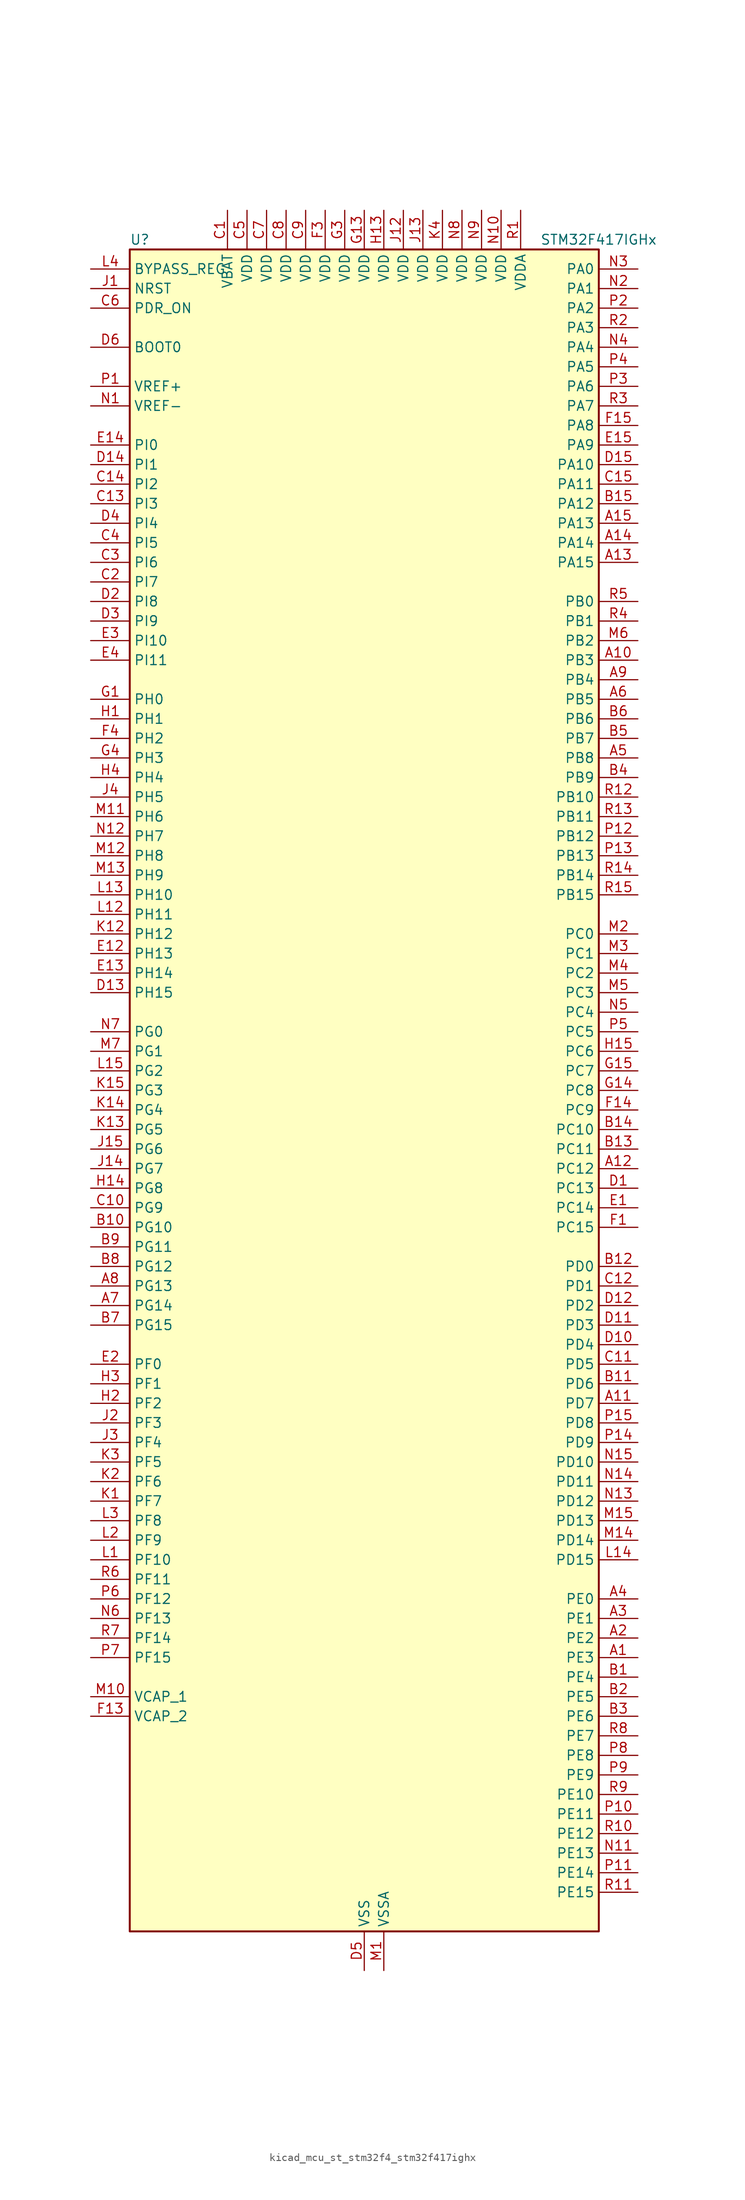
<source format=kicad_sym>
(kicad_symbol_lib
  (version 20220914)
  (generator kicad_symbol_editor)
  (symbol "kicad_mcu_st_stm32f4_stm32f417ighx"
    (property "Reference" "U"
      (at -30.48 110.49 0)
      (effects (font (size 1.27 1.27)) (justify left)))
    (property "Value" "STM32F417IGHx"
      (at 22.86 110.49 0)
      (effects (font (size 1.27 1.27)) (justify left)))
    (property "ki_locked" ""
      (at 0 0 0)
      (effects (font (size 1.27 1.27))))
    (symbol "kicad_mcu_st_stm32f4_stm32f417ighx_0_1"
      (rectangle (start -30.48 -109.22) (end 30.48 109.22) (stroke (width 0.254) (type default)) (fill (type background))))
    (symbol "kicad_mcu_st_stm32f4_stm32f417ighx_1_1"
      (pin bidirectional line (at 35.56 -73.66 180) (length 5.08) (name "PE3" (effects (font (size 1.27 1.27)))) (number "A1" (effects (font (size 1.27 1.27)))) (alternate "FSMC_A19" bidirectional line) (alternate "SYS_TRACED0" bidirectional line))
      (pin bidirectional line (at 35.56 55.88 180) (length 5.08) (name "PB3" (effects (font (size 1.27 1.27)))) (number "A10" (effects (font (size 1.27 1.27)))) (alternate "I2S3_CK" bidirectional line) (alternate "SPI1_SCK" bidirectional line) (alternate "SPI3_SCK" bidirectional line) (alternate "SYS_JTDO-SWO" bidirectional line) (alternate "TIM2_CH2" bidirectional line))
      (pin bidirectional line (at 35.56 -40.64 180) (length 5.08) (name "PD7" (effects (font (size 1.27 1.27)))) (number "A11" (effects (font (size 1.27 1.27)))) (alternate "FSMC_NCE2" bidirectional line) (alternate "FSMC_NE1" bidirectional line) (alternate "USART2_CK" bidirectional line))
      (pin bidirectional line (at 35.56 -10.16 180) (length 5.08) (name "PC12" (effects (font (size 1.27 1.27)))) (number "A12" (effects (font (size 1.27 1.27)))) (alternate "DCMI_D9" bidirectional line) (alternate "I2S3_SD" bidirectional line) (alternate "SDIO_CK" bidirectional line) (alternate "SPI3_MOSI" bidirectional line) (alternate "UART5_TX" bidirectional line) (alternate "USART3_CK" bidirectional line))
      (pin bidirectional line (at 35.56 68.58 180) (length 5.08) (name "PA15" (effects (font (size 1.27 1.27)))) (number "A13" (effects (font (size 1.27 1.27)))) (alternate "ADC1_EXTI15" bidirectional line) (alternate "ADC2_EXTI15" bidirectional line) (alternate "ADC3_EXTI15" bidirectional line) (alternate "I2S3_WS" bidirectional line) (alternate "SPI1_NSS" bidirectional line) (alternate "SPI3_NSS" bidirectional line) (alternate "SYS_JTDI" bidirectional line) (alternate "TIM2_CH1" bidirectional line) (alternate "TIM2_ETR" bidirectional line))
      (pin bidirectional line (at 35.56 71.12 180) (length 5.08) (name "PA14" (effects (font (size 1.27 1.27)))) (number "A14" (effects (font (size 1.27 1.27)))) (alternate "SYS_JTCK-SWCLK" bidirectional line))
      (pin bidirectional line (at 35.56 73.66 180) (length 5.08) (name "PA13" (effects (font (size 1.27 1.27)))) (number "A15" (effects (font (size 1.27 1.27)))) (alternate "SYS_JTMS-SWDIO" bidirectional line))
      (pin bidirectional line (at 35.56 -71.12 180) (length 5.08) (name "PE2" (effects (font (size 1.27 1.27)))) (number "A2" (effects (font (size 1.27 1.27)))) (alternate "ETH_TXD3" bidirectional line) (alternate "FSMC_A23" bidirectional line) (alternate "SYS_TRACECLK" bidirectional line))
      (pin bidirectional line (at 35.56 -68.58 180) (length 5.08) (name "PE1" (effects (font (size 1.27 1.27)))) (number "A3" (effects (font (size 1.27 1.27)))) (alternate "DCMI_D3" bidirectional line) (alternate "FSMC_NBL1" bidirectional line))
      (pin bidirectional line (at 35.56 -66.04 180) (length 5.08) (name "PE0" (effects (font (size 1.27 1.27)))) (number "A4" (effects (font (size 1.27 1.27)))) (alternate "DCMI_D2" bidirectional line) (alternate "FSMC_NBL0" bidirectional line) (alternate "TIM4_ETR" bidirectional line))
      (pin bidirectional line (at 35.56 43.18 180) (length 5.08) (name "PB8" (effects (font (size 1.27 1.27)))) (number "A5" (effects (font (size 1.27 1.27)))) (alternate "CAN1_RX" bidirectional line) (alternate "DCMI_D6" bidirectional line) (alternate "ETH_TXD3" bidirectional line) (alternate "I2C1_SCL" bidirectional line) (alternate "SDIO_D4" bidirectional line) (alternate "TIM10_CH1" bidirectional line) (alternate "TIM4_CH3" bidirectional line))
      (pin bidirectional line (at 35.56 50.8 180) (length 5.08) (name "PB5" (effects (font (size 1.27 1.27)))) (number "A6" (effects (font (size 1.27 1.27)))) (alternate "CAN2_RX" bidirectional line) (alternate "DCMI_D10" bidirectional line) (alternate "ETH_PPS_OUT" bidirectional line) (alternate "I2C1_SMBA" bidirectional line) (alternate "I2S3_SD" bidirectional line) (alternate "SPI1_MOSI" bidirectional line) (alternate "SPI3_MOSI" bidirectional line) (alternate "TIM3_CH2" bidirectional line) (alternate "USB_OTG_HS_ULPI_D7" bidirectional line))
      (pin bidirectional line (at -35.56 -27.94 0) (length 5.08) (name "PG14" (effects (font (size 1.27 1.27)))) (number "A7" (effects (font (size 1.27 1.27)))) (alternate "ETH_TXD1" bidirectional line) (alternate "FSMC_A25" bidirectional line) (alternate "USART6_TX" bidirectional line))
      (pin bidirectional line (at -35.56 -25.4 0) (length 5.08) (name "PG13" (effects (font (size 1.27 1.27)))) (number "A8" (effects (font (size 1.27 1.27)))) (alternate "ETH_TXD0" bidirectional line) (alternate "FSMC_A24" bidirectional line) (alternate "USART6_CTS" bidirectional line))
      (pin bidirectional line (at 35.56 53.34 180) (length 5.08) (name "PB4" (effects (font (size 1.27 1.27)))) (number "A9" (effects (font (size 1.27 1.27)))) (alternate "I2S3_ext_SD" bidirectional line) (alternate "SPI1_MISO" bidirectional line) (alternate "SPI3_MISO" bidirectional line) (alternate "SYS_JTRST" bidirectional line) (alternate "TIM3_CH1" bidirectional line))
      (pin bidirectional line (at 35.56 -76.2 180) (length 5.08) (name "PE4" (effects (font (size 1.27 1.27)))) (number "B1" (effects (font (size 1.27 1.27)))) (alternate "DCMI_D4" bidirectional line) (alternate "FSMC_A20" bidirectional line) (alternate "SYS_TRACED1" bidirectional line))
      (pin bidirectional line (at -35.56 -17.78 0) (length 5.08) (name "PG10" (effects (font (size 1.27 1.27)))) (number "B10" (effects (font (size 1.27 1.27)))) (alternate "FSMC_NCE4_1" bidirectional line) (alternate "FSMC_NE3" bidirectional line))
      (pin bidirectional line (at 35.56 -38.1 180) (length 5.08) (name "PD6" (effects (font (size 1.27 1.27)))) (number "B11" (effects (font (size 1.27 1.27)))) (alternate "FSMC_NWAIT" bidirectional line) (alternate "USART2_RX" bidirectional line))
      (pin bidirectional line (at 35.56 -22.86 180) (length 5.08) (name "PD0" (effects (font (size 1.27 1.27)))) (number "B12" (effects (font (size 1.27 1.27)))) (alternate "CAN1_RX" bidirectional line) (alternate "FSMC_D2" bidirectional line) (alternate "FSMC_DA2" bidirectional line))
      (pin bidirectional line (at 35.56 -7.62 180) (length 5.08) (name "PC11" (effects (font (size 1.27 1.27)))) (number "B13" (effects (font (size 1.27 1.27)))) (alternate "ADC1_EXTI11" bidirectional line) (alternate "ADC2_EXTI11" bidirectional line) (alternate "ADC3_EXTI11" bidirectional line) (alternate "DCMI_D4" bidirectional line) (alternate "I2S3_ext_SD" bidirectional line) (alternate "SDIO_D3" bidirectional line) (alternate "SPI3_MISO" bidirectional line) (alternate "UART4_RX" bidirectional line) (alternate "USART3_RX" bidirectional line))
      (pin bidirectional line (at 35.56 -5.08 180) (length 5.08) (name "PC10" (effects (font (size 1.27 1.27)))) (number "B14" (effects (font (size 1.27 1.27)))) (alternate "DCMI_D8" bidirectional line) (alternate "I2S3_CK" bidirectional line) (alternate "SDIO_D2" bidirectional line) (alternate "SPI3_SCK" bidirectional line) (alternate "UART4_TX" bidirectional line) (alternate "USART3_TX" bidirectional line))
      (pin bidirectional line (at 35.56 76.2 180) (length 5.08) (name "PA12" (effects (font (size 1.27 1.27)))) (number "B15" (effects (font (size 1.27 1.27)))) (alternate "CAN1_TX" bidirectional line) (alternate "TIM1_ETR" bidirectional line) (alternate "USART1_RTS" bidirectional line) (alternate "USB_OTG_FS_DP" bidirectional line))
      (pin bidirectional line (at 35.56 -78.74 180) (length 5.08) (name "PE5" (effects (font (size 1.27 1.27)))) (number "B2" (effects (font (size 1.27 1.27)))) (alternate "DCMI_D6" bidirectional line) (alternate "FSMC_A21" bidirectional line) (alternate "SYS_TRACED2" bidirectional line) (alternate "TIM9_CH1" bidirectional line))
      (pin bidirectional line (at 35.56 -81.28 180) (length 5.08) (name "PE6" (effects (font (size 1.27 1.27)))) (number "B3" (effects (font (size 1.27 1.27)))) (alternate "DCMI_D7" bidirectional line) (alternate "FSMC_A22" bidirectional line) (alternate "SYS_TRACED3" bidirectional line) (alternate "TIM9_CH2" bidirectional line))
      (pin bidirectional line (at 35.56 40.64 180) (length 5.08) (name "PB9" (effects (font (size 1.27 1.27)))) (number "B4" (effects (font (size 1.27 1.27)))) (alternate "CAN1_TX" bidirectional line) (alternate "DAC_EXTI9" bidirectional line) (alternate "DCMI_D7" bidirectional line) (alternate "I2C1_SDA" bidirectional line) (alternate "I2S2_WS" bidirectional line) (alternate "SDIO_D5" bidirectional line) (alternate "SPI2_NSS" bidirectional line) (alternate "TIM11_CH1" bidirectional line) (alternate "TIM4_CH4" bidirectional line))
      (pin bidirectional line (at 35.56 45.72 180) (length 5.08) (name "PB7" (effects (font (size 1.27 1.27)))) (number "B5" (effects (font (size 1.27 1.27)))) (alternate "DCMI_VSYNC" bidirectional line) (alternate "FSMC_NL" bidirectional line) (alternate "I2C1_SDA" bidirectional line) (alternate "TIM4_CH2" bidirectional line) (alternate "USART1_RX" bidirectional line))
      (pin bidirectional line (at 35.56 48.26 180) (length 5.08) (name "PB6" (effects (font (size 1.27 1.27)))) (number "B6" (effects (font (size 1.27 1.27)))) (alternate "CAN2_TX" bidirectional line) (alternate "DCMI_D5" bidirectional line) (alternate "I2C1_SCL" bidirectional line) (alternate "TIM4_CH1" bidirectional line) (alternate "USART1_TX" bidirectional line))
      (pin bidirectional line (at -35.56 -30.48 0) (length 5.08) (name "PG15" (effects (font (size 1.27 1.27)))) (number "B7" (effects (font (size 1.27 1.27)))) (alternate "ADC1_EXTI15" bidirectional line) (alternate "ADC2_EXTI15" bidirectional line) (alternate "ADC3_EXTI15" bidirectional line) (alternate "DCMI_D13" bidirectional line) (alternate "USART6_CTS" bidirectional line))
      (pin bidirectional line (at -35.56 -22.86 0) (length 5.08) (name "PG12" (effects (font (size 1.27 1.27)))) (number "B8" (effects (font (size 1.27 1.27)))) (alternate "FSMC_NE4" bidirectional line) (alternate "USART6_RTS" bidirectional line))
      (pin bidirectional line (at -35.56 -20.32 0) (length 5.08) (name "PG11" (effects (font (size 1.27 1.27)))) (number "B9" (effects (font (size 1.27 1.27)))) (alternate "ADC1_EXTI11" bidirectional line) (alternate "ADC2_EXTI11" bidirectional line) (alternate "ADC3_EXTI11" bidirectional line) (alternate "ETH_TX_EN" bidirectional line) (alternate "FSMC_NCE4_2" bidirectional line))
      (pin power_in line (at -17.78 114.3 270) (length 5.08) (name "VBAT" (effects (font (size 1.27 1.27)))) (number "C1" (effects (font (size 1.27 1.27)))))
      (pin bidirectional line (at -35.56 -15.24 0) (length 5.08) (name "PG9" (effects (font (size 1.27 1.27)))) (number "C10" (effects (font (size 1.27 1.27)))) (alternate "DAC_EXTI9" bidirectional line) (alternate "FSMC_NCE3" bidirectional line) (alternate "FSMC_NE2" bidirectional line) (alternate "USART6_RX" bidirectional line))
      (pin bidirectional line (at 35.56 -35.56 180) (length 5.08) (name "PD5" (effects (font (size 1.27 1.27)))) (number "C11" (effects (font (size 1.27 1.27)))) (alternate "FSMC_NWE" bidirectional line) (alternate "USART2_TX" bidirectional line))
      (pin bidirectional line (at 35.56 -25.4 180) (length 5.08) (name "PD1" (effects (font (size 1.27 1.27)))) (number "C12" (effects (font (size 1.27 1.27)))) (alternate "CAN1_TX" bidirectional line) (alternate "FSMC_D3" bidirectional line) (alternate "FSMC_DA3" bidirectional line))
      (pin bidirectional line (at -35.56 76.2 0) (length 5.08) (name "PI3" (effects (font (size 1.27 1.27)))) (number "C13" (effects (font (size 1.27 1.27)))) (alternate "DCMI_D10" bidirectional line) (alternate "I2S2_SD" bidirectional line) (alternate "SPI2_MOSI" bidirectional line) (alternate "TIM8_ETR" bidirectional line))
      (pin bidirectional line (at -35.56 78.74 0) (length 5.08) (name "PI2" (effects (font (size 1.27 1.27)))) (number "C14" (effects (font (size 1.27 1.27)))) (alternate "DCMI_D9" bidirectional line) (alternate "I2S2_ext_SD" bidirectional line) (alternate "SPI2_MISO" bidirectional line) (alternate "TIM8_CH4" bidirectional line))
      (pin bidirectional line (at 35.56 78.74 180) (length 5.08) (name "PA11" (effects (font (size 1.27 1.27)))) (number "C15" (effects (font (size 1.27 1.27)))) (alternate "ADC1_EXTI11" bidirectional line) (alternate "ADC2_EXTI11" bidirectional line) (alternate "ADC3_EXTI11" bidirectional line) (alternate "CAN1_RX" bidirectional line) (alternate "TIM1_CH4" bidirectional line) (alternate "USART1_CTS" bidirectional line) (alternate "USB_OTG_FS_DM" bidirectional line))
      (pin bidirectional line (at -35.56 66.04 0) (length 5.08) (name "PI7" (effects (font (size 1.27 1.27)))) (number "C2" (effects (font (size 1.27 1.27)))) (alternate "DCMI_D7" bidirectional line) (alternate "TIM8_CH3" bidirectional line))
      (pin bidirectional line (at -35.56 68.58 0) (length 5.08) (name "PI6" (effects (font (size 1.27 1.27)))) (number "C3" (effects (font (size 1.27 1.27)))) (alternate "DCMI_D6" bidirectional line) (alternate "TIM8_CH2" bidirectional line))
      (pin bidirectional line (at -35.56 71.12 0) (length 5.08) (name "PI5" (effects (font (size 1.27 1.27)))) (number "C4" (effects (font (size 1.27 1.27)))) (alternate "DCMI_VSYNC" bidirectional line) (alternate "TIM8_CH1" bidirectional line))
      (pin power_in line (at -15.24 114.3 270) (length 5.08) (name "VDD" (effects (font (size 1.27 1.27)))) (number "C5" (effects (font (size 1.27 1.27)))))
      (pin input line (at -35.56 101.6 0) (length 5.08) (name "PDR_ON" (effects (font (size 1.27 1.27)))) (number "C6" (effects (font (size 1.27 1.27)))))
      (pin power_in line (at -12.7 114.3 270) (length 5.08) (name "VDD" (effects (font (size 1.27 1.27)))) (number "C7" (effects (font (size 1.27 1.27)))))
      (pin power_in line (at -10.16 114.3 270) (length 5.08) (name "VDD" (effects (font (size 1.27 1.27)))) (number "C8" (effects (font (size 1.27 1.27)))))
      (pin power_in line (at -7.62 114.3 270) (length 5.08) (name "VDD" (effects (font (size 1.27 1.27)))) (number "C9" (effects (font (size 1.27 1.27)))))
      (pin bidirectional line (at 35.56 -12.7 180) (length 5.08) (name "PC13" (effects (font (size 1.27 1.27)))) (number "D1" (effects (font (size 1.27 1.27)))) (alternate "RTC_AF1" bidirectional line))
      (pin bidirectional line (at 35.56 -33.02 180) (length 5.08) (name "PD4" (effects (font (size 1.27 1.27)))) (number "D10" (effects (font (size 1.27 1.27)))) (alternate "FSMC_NOE" bidirectional line) (alternate "USART2_RTS" bidirectional line))
      (pin bidirectional line (at 35.56 -30.48 180) (length 5.08) (name "PD3" (effects (font (size 1.27 1.27)))) (number "D11" (effects (font (size 1.27 1.27)))) (alternate "FSMC_CLK" bidirectional line) (alternate "USART2_CTS" bidirectional line))
      (pin bidirectional line (at 35.56 -27.94 180) (length 5.08) (name "PD2" (effects (font (size 1.27 1.27)))) (number "D12" (effects (font (size 1.27 1.27)))) (alternate "DCMI_D11" bidirectional line) (alternate "SDIO_CMD" bidirectional line) (alternate "TIM3_ETR" bidirectional line) (alternate "UART5_RX" bidirectional line))
      (pin bidirectional line (at -35.56 12.7 0) (length 5.08) (name "PH15" (effects (font (size 1.27 1.27)))) (number "D13" (effects (font (size 1.27 1.27)))) (alternate "ADC1_EXTI15" bidirectional line) (alternate "ADC2_EXTI15" bidirectional line) (alternate "ADC3_EXTI15" bidirectional line) (alternate "DCMI_D11" bidirectional line) (alternate "TIM8_CH3N" bidirectional line))
      (pin bidirectional line (at -35.56 81.28 0) (length 5.08) (name "PI1" (effects (font (size 1.27 1.27)))) (number "D14" (effects (font (size 1.27 1.27)))) (alternate "DCMI_D8" bidirectional line) (alternate "I2S2_CK" bidirectional line) (alternate "SPI2_SCK" bidirectional line))
      (pin bidirectional line (at 35.56 81.28 180) (length 5.08) (name "PA10" (effects (font (size 1.27 1.27)))) (number "D15" (effects (font (size 1.27 1.27)))) (alternate "DCMI_D1" bidirectional line) (alternate "TIM1_CH3" bidirectional line) (alternate "USART1_RX" bidirectional line) (alternate "USB_OTG_FS_ID" bidirectional line))
      (pin bidirectional line (at -35.56 63.5 0) (length 5.08) (name "PI8" (effects (font (size 1.27 1.27)))) (number "D2" (effects (font (size 1.27 1.27)))) (alternate "RTC_AF2" bidirectional line))
      (pin bidirectional line (at -35.56 60.96 0) (length 5.08) (name "PI9" (effects (font (size 1.27 1.27)))) (number "D3" (effects (font (size 1.27 1.27)))) (alternate "CAN1_RX" bidirectional line) (alternate "DAC_EXTI9" bidirectional line))
      (pin bidirectional line (at -35.56 73.66 0) (length 5.08) (name "PI4" (effects (font (size 1.27 1.27)))) (number "D4" (effects (font (size 1.27 1.27)))) (alternate "DCMI_D5" bidirectional line) (alternate "TIM8_BKIN" bidirectional line))
      (pin power_in line (at 0 -114.3 90) (length 5.08) (name "VSS" (effects (font (size 1.27 1.27)))) (number "D5" (effects (font (size 1.27 1.27)))))
      (pin input line (at -35.56 96.52 0) (length 5.08) (name "BOOT0" (effects (font (size 1.27 1.27)))) (number "D6" (effects (font (size 1.27 1.27)))))
      (pin passive line (at 0 -114.3 90) (length 5.08) hide (name "VSS" (effects (font (size 1.27 1.27)))) (number "D7" (effects (font (size 1.27 1.27)))))
      (pin passive line (at 0 -114.3 90) (length 5.08) hide (name "VSS" (effects (font (size 1.27 1.27)))) (number "D8" (effects (font (size 1.27 1.27)))))
      (pin passive line (at 0 -114.3 90) (length 5.08) hide (name "VSS" (effects (font (size 1.27 1.27)))) (number "D9" (effects (font (size 1.27 1.27)))))
      (pin bidirectional line (at 35.56 -15.24 180) (length 5.08) (name "PC14" (effects (font (size 1.27 1.27)))) (number "E1" (effects (font (size 1.27 1.27)))) (alternate "RCC_OSC32_IN" bidirectional line))
      (pin bidirectional line (at -35.56 17.78 0) (length 5.08) (name "PH13" (effects (font (size 1.27 1.27)))) (number "E12" (effects (font (size 1.27 1.27)))) (alternate "CAN1_TX" bidirectional line) (alternate "TIM8_CH1N" bidirectional line))
      (pin bidirectional line (at -35.56 15.24 0) (length 5.08) (name "PH14" (effects (font (size 1.27 1.27)))) (number "E13" (effects (font (size 1.27 1.27)))) (alternate "DCMI_D4" bidirectional line) (alternate "TIM8_CH2N" bidirectional line))
      (pin bidirectional line (at -35.56 83.82 0) (length 5.08) (name "PI0" (effects (font (size 1.27 1.27)))) (number "E14" (effects (font (size 1.27 1.27)))) (alternate "DCMI_D13" bidirectional line) (alternate "I2S2_WS" bidirectional line) (alternate "SPI2_NSS" bidirectional line) (alternate "TIM5_CH4" bidirectional line))
      (pin bidirectional line (at 35.56 83.82 180) (length 5.08) (name "PA9" (effects (font (size 1.27 1.27)))) (number "E15" (effects (font (size 1.27 1.27)))) (alternate "DAC_EXTI9" bidirectional line) (alternate "DCMI_D0" bidirectional line) (alternate "I2C3_SMBA" bidirectional line) (alternate "TIM1_CH2" bidirectional line) (alternate "USART1_TX" bidirectional line) (alternate "USB_OTG_FS_VBUS" bidirectional line))
      (pin bidirectional line (at -35.56 -35.56 0) (length 5.08) (name "PF0" (effects (font (size 1.27 1.27)))) (number "E2" (effects (font (size 1.27 1.27)))) (alternate "FSMC_A0" bidirectional line) (alternate "I2C2_SDA" bidirectional line))
      (pin bidirectional line (at -35.56 58.42 0) (length 5.08) (name "PI10" (effects (font (size 1.27 1.27)))) (number "E3" (effects (font (size 1.27 1.27)))) (alternate "ETH_RX_ER" bidirectional line))
      (pin bidirectional line (at -35.56 55.88 0) (length 5.08) (name "PI11" (effects (font (size 1.27 1.27)))) (number "E4" (effects (font (size 1.27 1.27)))) (alternate "ADC1_EXTI11" bidirectional line) (alternate "ADC2_EXTI11" bidirectional line) (alternate "ADC3_EXTI11" bidirectional line) (alternate "USB_OTG_HS_ULPI_DIR" bidirectional line))
      (pin bidirectional line (at 35.56 -17.78 180) (length 5.08) (name "PC15" (effects (font (size 1.27 1.27)))) (number "F1" (effects (font (size 1.27 1.27)))) (alternate "ADC1_EXTI15" bidirectional line) (alternate "ADC2_EXTI15" bidirectional line) (alternate "ADC3_EXTI15" bidirectional line) (alternate "RCC_OSC32_OUT" bidirectional line))
      (pin passive line (at 0 -114.3 90) (length 5.08) hide (name "VSS" (effects (font (size 1.27 1.27)))) (number "F10" (effects (font (size 1.27 1.27)))))
      (pin passive line (at 0 -114.3 90) (length 5.08) hide (name "VSS" (effects (font (size 1.27 1.27)))) (number "F12" (effects (font (size 1.27 1.27)))))
      (pin power_out line (at -35.56 -81.28 0) (length 5.08) (name "VCAP_2" (effects (font (size 1.27 1.27)))) (number "F13" (effects (font (size 1.27 1.27)))))
      (pin bidirectional line (at 35.56 -2.54 180) (length 5.08) (name "PC9" (effects (font (size 1.27 1.27)))) (number "F14" (effects (font (size 1.27 1.27)))) (alternate "DAC_EXTI9" bidirectional line) (alternate "DCMI_D3" bidirectional line) (alternate "I2C3_SDA" bidirectional line) (alternate "I2S_CKIN" bidirectional line) (alternate "RCC_MCO_2" bidirectional line) (alternate "SDIO_D1" bidirectional line) (alternate "TIM3_CH4" bidirectional line) (alternate "TIM8_CH4" bidirectional line))
      (pin bidirectional line (at 35.56 86.36 180) (length 5.08) (name "PA8" (effects (font (size 1.27 1.27)))) (number "F15" (effects (font (size 1.27 1.27)))) (alternate "I2C3_SCL" bidirectional line) (alternate "RCC_MCO_1" bidirectional line) (alternate "TIM1_CH1" bidirectional line) (alternate "USART1_CK" bidirectional line) (alternate "USB_OTG_FS_SOF" bidirectional line))
      (pin passive line (at 0 -114.3 90) (length 5.08) hide (name "VSS" (effects (font (size 1.27 1.27)))) (number "F2" (effects (font (size 1.27 1.27)))))
      (pin power_in line (at -5.08 114.3 270) (length 5.08) (name "VDD" (effects (font (size 1.27 1.27)))) (number "F3" (effects (font (size 1.27 1.27)))))
      (pin bidirectional line (at -35.56 45.72 0) (length 5.08) (name "PH2" (effects (font (size 1.27 1.27)))) (number "F4" (effects (font (size 1.27 1.27)))) (alternate "ETH_CRS" bidirectional line))
      (pin passive line (at 0 -114.3 90) (length 5.08) hide (name "VSS" (effects (font (size 1.27 1.27)))) (number "F6" (effects (font (size 1.27 1.27)))))
      (pin passive line (at 0 -114.3 90) (length 5.08) hide (name "VSS" (effects (font (size 1.27 1.27)))) (number "F7" (effects (font (size 1.27 1.27)))))
      (pin passive line (at 0 -114.3 90) (length 5.08) hide (name "VSS" (effects (font (size 1.27 1.27)))) (number "F8" (effects (font (size 1.27 1.27)))))
      (pin passive line (at 0 -114.3 90) (length 5.08) hide (name "VSS" (effects (font (size 1.27 1.27)))) (number "F9" (effects (font (size 1.27 1.27)))))
      (pin bidirectional line (at -35.56 50.8 0) (length 5.08) (name "PH0" (effects (font (size 1.27 1.27)))) (number "G1" (effects (font (size 1.27 1.27)))) (alternate "RCC_OSC_IN" bidirectional line))
      (pin passive line (at 0 -114.3 90) (length 5.08) hide (name "VSS" (effects (font (size 1.27 1.27)))) (number "G10" (effects (font (size 1.27 1.27)))))
      (pin passive line (at 0 -114.3 90) (length 5.08) hide (name "VSS" (effects (font (size 1.27 1.27)))) (number "G12" (effects (font (size 1.27 1.27)))))
      (pin power_in line (at 0 114.3 270) (length 5.08) (name "VDD" (effects (font (size 1.27 1.27)))) (number "G13" (effects (font (size 1.27 1.27)))))
      (pin bidirectional line (at 35.56 0 180) (length 5.08) (name "PC8" (effects (font (size 1.27 1.27)))) (number "G14" (effects (font (size 1.27 1.27)))) (alternate "DCMI_D2" bidirectional line) (alternate "SDIO_D0" bidirectional line) (alternate "TIM3_CH3" bidirectional line) (alternate "TIM8_CH3" bidirectional line) (alternate "USART6_CK" bidirectional line))
      (pin bidirectional line (at 35.56 2.54 180) (length 5.08) (name "PC7" (effects (font (size 1.27 1.27)))) (number "G15" (effects (font (size 1.27 1.27)))) (alternate "DCMI_D1" bidirectional line) (alternate "I2S3_MCK" bidirectional line) (alternate "SDIO_D7" bidirectional line) (alternate "TIM3_CH2" bidirectional line) (alternate "TIM8_CH2" bidirectional line) (alternate "USART6_RX" bidirectional line))
      (pin passive line (at 0 -114.3 90) (length 5.08) hide (name "VSS" (effects (font (size 1.27 1.27)))) (number "G2" (effects (font (size 1.27 1.27)))))
      (pin power_in line (at -2.54 114.3 270) (length 5.08) (name "VDD" (effects (font (size 1.27 1.27)))) (number "G3" (effects (font (size 1.27 1.27)))))
      (pin bidirectional line (at -35.56 43.18 0) (length 5.08) (name "PH3" (effects (font (size 1.27 1.27)))) (number "G4" (effects (font (size 1.27 1.27)))) (alternate "ETH_COL" bidirectional line))
      (pin passive line (at 0 -114.3 90) (length 5.08) hide (name "VSS" (effects (font (size 1.27 1.27)))) (number "G6" (effects (font (size 1.27 1.27)))))
      (pin passive line (at 0 -114.3 90) (length 5.08) hide (name "VSS" (effects (font (size 1.27 1.27)))) (number "G7" (effects (font (size 1.27 1.27)))))
      (pin passive line (at 0 -114.3 90) (length 5.08) hide (name "VSS" (effects (font (size 1.27 1.27)))) (number "G8" (effects (font (size 1.27 1.27)))))
      (pin passive line (at 0 -114.3 90) (length 5.08) hide (name "VSS" (effects (font (size 1.27 1.27)))) (number "G9" (effects (font (size 1.27 1.27)))))
      (pin bidirectional line (at -35.56 48.26 0) (length 5.08) (name "PH1" (effects (font (size 1.27 1.27)))) (number "H1" (effects (font (size 1.27 1.27)))) (alternate "RCC_OSC_OUT" bidirectional line))
      (pin passive line (at 0 -114.3 90) (length 5.08) hide (name "VSS" (effects (font (size 1.27 1.27)))) (number "H10" (effects (font (size 1.27 1.27)))))
      (pin passive line (at 0 -114.3 90) (length 5.08) hide (name "VSS" (effects (font (size 1.27 1.27)))) (number "H12" (effects (font (size 1.27 1.27)))))
      (pin power_in line (at 2.54 114.3 270) (length 5.08) (name "VDD" (effects (font (size 1.27 1.27)))) (number "H13" (effects (font (size 1.27 1.27)))))
      (pin bidirectional line (at -35.56 -12.7 0) (length 5.08) (name "PG8" (effects (font (size 1.27 1.27)))) (number "H14" (effects (font (size 1.27 1.27)))) (alternate "ETH_PPS_OUT" bidirectional line) (alternate "USART6_RTS" bidirectional line))
      (pin bidirectional line (at 35.56 5.08 180) (length 5.08) (name "PC6" (effects (font (size 1.27 1.27)))) (number "H15" (effects (font (size 1.27 1.27)))) (alternate "DCMI_D0" bidirectional line) (alternate "I2S2_MCK" bidirectional line) (alternate "SDIO_D6" bidirectional line) (alternate "TIM3_CH1" bidirectional line) (alternate "TIM8_CH1" bidirectional line) (alternate "USART6_TX" bidirectional line))
      (pin bidirectional line (at -35.56 -40.64 0) (length 5.08) (name "PF2" (effects (font (size 1.27 1.27)))) (number "H2" (effects (font (size 1.27 1.27)))) (alternate "FSMC_A2" bidirectional line) (alternate "I2C2_SMBA" bidirectional line))
      (pin bidirectional line (at -35.56 -38.1 0) (length 5.08) (name "PF1" (effects (font (size 1.27 1.27)))) (number "H3" (effects (font (size 1.27 1.27)))) (alternate "FSMC_A1" bidirectional line) (alternate "I2C2_SCL" bidirectional line))
      (pin bidirectional line (at -35.56 40.64 0) (length 5.08) (name "PH4" (effects (font (size 1.27 1.27)))) (number "H4" (effects (font (size 1.27 1.27)))) (alternate "I2C2_SCL" bidirectional line) (alternate "USB_OTG_HS_ULPI_NXT" bidirectional line))
      (pin passive line (at 0 -114.3 90) (length 5.08) hide (name "VSS" (effects (font (size 1.27 1.27)))) (number "H6" (effects (font (size 1.27 1.27)))))
      (pin passive line (at 0 -114.3 90) (length 5.08) hide (name "VSS" (effects (font (size 1.27 1.27)))) (number "H7" (effects (font (size 1.27 1.27)))))
      (pin passive line (at 0 -114.3 90) (length 5.08) hide (name "VSS" (effects (font (size 1.27 1.27)))) (number "H8" (effects (font (size 1.27 1.27)))))
      (pin passive line (at 0 -114.3 90) (length 5.08) hide (name "VSS" (effects (font (size 1.27 1.27)))) (number "H9" (effects (font (size 1.27 1.27)))))
      (pin input line (at -35.56 104.14 0) (length 5.08) (name "NRST" (effects (font (size 1.27 1.27)))) (number "J1" (effects (font (size 1.27 1.27)))))
      (pin passive line (at 0 -114.3 90) (length 5.08) hide (name "VSS" (effects (font (size 1.27 1.27)))) (number "J10" (effects (font (size 1.27 1.27)))))
      (pin power_in line (at 5.08 114.3 270) (length 5.08) (name "VDD" (effects (font (size 1.27 1.27)))) (number "J12" (effects (font (size 1.27 1.27)))))
      (pin power_in line (at 7.62 114.3 270) (length 5.08) (name "VDD" (effects (font (size 1.27 1.27)))) (number "J13" (effects (font (size 1.27 1.27)))))
      (pin bidirectional line (at -35.56 -10.16 0) (length 5.08) (name "PG7" (effects (font (size 1.27 1.27)))) (number "J14" (effects (font (size 1.27 1.27)))) (alternate "FSMC_INT3" bidirectional line) (alternate "USART6_CK" bidirectional line))
      (pin bidirectional line (at -35.56 -7.62 0) (length 5.08) (name "PG6" (effects (font (size 1.27 1.27)))) (number "J15" (effects (font (size 1.27 1.27)))) (alternate "FSMC_INT2" bidirectional line))
      (pin bidirectional line (at -35.56 -43.18 0) (length 5.08) (name "PF3" (effects (font (size 1.27 1.27)))) (number "J2" (effects (font (size 1.27 1.27)))) (alternate "ADC3_IN9" bidirectional line) (alternate "FSMC_A3" bidirectional line))
      (pin bidirectional line (at -35.56 -45.72 0) (length 5.08) (name "PF4" (effects (font (size 1.27 1.27)))) (number "J3" (effects (font (size 1.27 1.27)))) (alternate "ADC3_IN14" bidirectional line) (alternate "FSMC_A4" bidirectional line))
      (pin bidirectional line (at -35.56 38.1 0) (length 5.08) (name "PH5" (effects (font (size 1.27 1.27)))) (number "J4" (effects (font (size 1.27 1.27)))) (alternate "I2C2_SDA" bidirectional line))
      (pin passive line (at 0 -114.3 90) (length 5.08) hide (name "VSS" (effects (font (size 1.27 1.27)))) (number "J6" (effects (font (size 1.27 1.27)))))
      (pin passive line (at 0 -114.3 90) (length 5.08) hide (name "VSS" (effects (font (size 1.27 1.27)))) (number "J7" (effects (font (size 1.27 1.27)))))
      (pin passive line (at 0 -114.3 90) (length 5.08) hide (name "VSS" (effects (font (size 1.27 1.27)))) (number "J8" (effects (font (size 1.27 1.27)))))
      (pin passive line (at 0 -114.3 90) (length 5.08) hide (name "VSS" (effects (font (size 1.27 1.27)))) (number "J9" (effects (font (size 1.27 1.27)))))
      (pin bidirectional line (at -35.56 -53.34 0) (length 5.08) (name "PF7" (effects (font (size 1.27 1.27)))) (number "K1" (effects (font (size 1.27 1.27)))) (alternate "ADC3_IN5" bidirectional line) (alternate "FSMC_NREG" bidirectional line) (alternate "TIM11_CH1" bidirectional line))
      (pin passive line (at 0 -114.3 90) (length 5.08) hide (name "VSS" (effects (font (size 1.27 1.27)))) (number "K10" (effects (font (size 1.27 1.27)))))
      (pin bidirectional line (at -35.56 20.32 0) (length 5.08) (name "PH12" (effects (font (size 1.27 1.27)))) (number "K12" (effects (font (size 1.27 1.27)))) (alternate "DCMI_D3" bidirectional line) (alternate "TIM5_CH3" bidirectional line))
      (pin bidirectional line (at -35.56 -5.08 0) (length 5.08) (name "PG5" (effects (font (size 1.27 1.27)))) (number "K13" (effects (font (size 1.27 1.27)))) (alternate "FSMC_A15" bidirectional line))
      (pin bidirectional line (at -35.56 -2.54 0) (length 5.08) (name "PG4" (effects (font (size 1.27 1.27)))) (number "K14" (effects (font (size 1.27 1.27)))) (alternate "FSMC_A14" bidirectional line))
      (pin bidirectional line (at -35.56 0 0) (length 5.08) (name "PG3" (effects (font (size 1.27 1.27)))) (number "K15" (effects (font (size 1.27 1.27)))) (alternate "FSMC_A13" bidirectional line))
      (pin bidirectional line (at -35.56 -50.8 0) (length 5.08) (name "PF6" (effects (font (size 1.27 1.27)))) (number "K2" (effects (font (size 1.27 1.27)))) (alternate "ADC3_IN4" bidirectional line) (alternate "FSMC_NIORD" bidirectional line) (alternate "TIM10_CH1" bidirectional line))
      (pin bidirectional line (at -35.56 -48.26 0) (length 5.08) (name "PF5" (effects (font (size 1.27 1.27)))) (number "K3" (effects (font (size 1.27 1.27)))) (alternate "ADC3_IN15" bidirectional line) (alternate "FSMC_A5" bidirectional line))
      (pin power_in line (at 10.16 114.3 270) (length 5.08) (name "VDD" (effects (font (size 1.27 1.27)))) (number "K4" (effects (font (size 1.27 1.27)))))
      (pin passive line (at 0 -114.3 90) (length 5.08) hide (name "VSS" (effects (font (size 1.27 1.27)))) (number "K6" (effects (font (size 1.27 1.27)))))
      (pin passive line (at 0 -114.3 90) (length 5.08) hide (name "VSS" (effects (font (size 1.27 1.27)))) (number "K7" (effects (font (size 1.27 1.27)))))
      (pin passive line (at 0 -114.3 90) (length 5.08) hide (name "VSS" (effects (font (size 1.27 1.27)))) (number "K8" (effects (font (size 1.27 1.27)))))
      (pin passive line (at 0 -114.3 90) (length 5.08) hide (name "VSS" (effects (font (size 1.27 1.27)))) (number "K9" (effects (font (size 1.27 1.27)))))
      (pin bidirectional line (at -35.56 -60.96 0) (length 5.08) (name "PF10" (effects (font (size 1.27 1.27)))) (number "L1" (effects (font (size 1.27 1.27)))) (alternate "ADC3_IN8" bidirectional line) (alternate "FSMC_INTR" bidirectional line))
      (pin bidirectional line (at -35.56 22.86 0) (length 5.08) (name "PH11" (effects (font (size 1.27 1.27)))) (number "L12" (effects (font (size 1.27 1.27)))) (alternate "ADC1_EXTI11" bidirectional line) (alternate "ADC2_EXTI11" bidirectional line) (alternate "ADC3_EXTI11" bidirectional line) (alternate "DCMI_D2" bidirectional line) (alternate "TIM5_CH2" bidirectional line))
      (pin bidirectional line (at -35.56 25.4 0) (length 5.08) (name "PH10" (effects (font (size 1.27 1.27)))) (number "L13" (effects (font (size 1.27 1.27)))) (alternate "DCMI_D1" bidirectional line) (alternate "TIM5_CH1" bidirectional line))
      (pin bidirectional line (at 35.56 -60.96 180) (length 5.08) (name "PD15" (effects (font (size 1.27 1.27)))) (number "L14" (effects (font (size 1.27 1.27)))) (alternate "ADC1_EXTI15" bidirectional line) (alternate "ADC2_EXTI15" bidirectional line) (alternate "ADC3_EXTI15" bidirectional line) (alternate "FSMC_D1" bidirectional line) (alternate "FSMC_DA1" bidirectional line) (alternate "TIM4_CH4" bidirectional line))
      (pin bidirectional line (at -35.56 2.54 0) (length 5.08) (name "PG2" (effects (font (size 1.27 1.27)))) (number "L15" (effects (font (size 1.27 1.27)))) (alternate "FSMC_A12" bidirectional line))
      (pin bidirectional line (at -35.56 -58.42 0) (length 5.08) (name "PF9" (effects (font (size 1.27 1.27)))) (number "L2" (effects (font (size 1.27 1.27)))) (alternate "ADC3_IN7" bidirectional line) (alternate "DAC_EXTI9" bidirectional line) (alternate "FSMC_CD" bidirectional line) (alternate "TIM14_CH1" bidirectional line))
      (pin bidirectional line (at -35.56 -55.88 0) (length 5.08) (name "PF8" (effects (font (size 1.27 1.27)))) (number "L3" (effects (font (size 1.27 1.27)))) (alternate "ADC3_IN6" bidirectional line) (alternate "FSMC_NIOWR" bidirectional line) (alternate "TIM13_CH1" bidirectional line))
      (pin input line (at -35.56 106.68 0) (length 5.08) (name "BYPASS_REG" (effects (font (size 1.27 1.27)))) (number "L4" (effects (font (size 1.27 1.27)))))
      (pin power_in line (at 2.54 -114.3 90) (length 5.08) (name "VSSA" (effects (font (size 1.27 1.27)))) (number "M1" (effects (font (size 1.27 1.27)))))
      (pin power_out line (at -35.56 -78.74 0) (length 5.08) (name "VCAP_1" (effects (font (size 1.27 1.27)))) (number "M10" (effects (font (size 1.27 1.27)))))
      (pin bidirectional line (at -35.56 35.56 0) (length 5.08) (name "PH6" (effects (font (size 1.27 1.27)))) (number "M11" (effects (font (size 1.27 1.27)))) (alternate "ETH_RXD2" bidirectional line) (alternate "I2C2_SMBA" bidirectional line) (alternate "TIM12_CH1" bidirectional line))
      (pin bidirectional line (at -35.56 30.48 0) (length 5.08) (name "PH8" (effects (font (size 1.27 1.27)))) (number "M12" (effects (font (size 1.27 1.27)))) (alternate "DCMI_HSYNC" bidirectional line) (alternate "I2C3_SDA" bidirectional line))
      (pin bidirectional line (at -35.56 27.94 0) (length 5.08) (name "PH9" (effects (font (size 1.27 1.27)))) (number "M13" (effects (font (size 1.27 1.27)))) (alternate "DAC_EXTI9" bidirectional line) (alternate "DCMI_D0" bidirectional line) (alternate "I2C3_SMBA" bidirectional line) (alternate "TIM12_CH2" bidirectional line))
      (pin bidirectional line (at 35.56 -58.42 180) (length 5.08) (name "PD14" (effects (font (size 1.27 1.27)))) (number "M14" (effects (font (size 1.27 1.27)))) (alternate "FSMC_D0" bidirectional line) (alternate "FSMC_DA0" bidirectional line) (alternate "TIM4_CH3" bidirectional line))
      (pin bidirectional line (at 35.56 -55.88 180) (length 5.08) (name "PD13" (effects (font (size 1.27 1.27)))) (number "M15" (effects (font (size 1.27 1.27)))) (alternate "FSMC_A18" bidirectional line) (alternate "TIM4_CH2" bidirectional line))
      (pin bidirectional line (at 35.56 20.32 180) (length 5.08) (name "PC0" (effects (font (size 1.27 1.27)))) (number "M2" (effects (font (size 1.27 1.27)))) (alternate "ADC1_IN10" bidirectional line) (alternate "ADC2_IN10" bidirectional line) (alternate "ADC3_IN10" bidirectional line) (alternate "USB_OTG_HS_ULPI_STP" bidirectional line))
      (pin bidirectional line (at 35.56 17.78 180) (length 5.08) (name "PC1" (effects (font (size 1.27 1.27)))) (number "M3" (effects (font (size 1.27 1.27)))) (alternate "ADC1_IN11" bidirectional line) (alternate "ADC2_IN11" bidirectional line) (alternate "ADC3_IN11" bidirectional line) (alternate "ETH_MDC" bidirectional line))
      (pin bidirectional line (at 35.56 15.24 180) (length 5.08) (name "PC2" (effects (font (size 1.27 1.27)))) (number "M4" (effects (font (size 1.27 1.27)))) (alternate "ADC1_IN12" bidirectional line) (alternate "ADC2_IN12" bidirectional line) (alternate "ADC3_IN12" bidirectional line) (alternate "ETH_TXD2" bidirectional line) (alternate "I2S2_ext_SD" bidirectional line) (alternate "SPI2_MISO" bidirectional line) (alternate "USB_OTG_HS_ULPI_DIR" bidirectional line))
      (pin bidirectional line (at 35.56 12.7 180) (length 5.08) (name "PC3" (effects (font (size 1.27 1.27)))) (number "M5" (effects (font (size 1.27 1.27)))) (alternate "ADC1_IN13" bidirectional line) (alternate "ADC2_IN13" bidirectional line) (alternate "ADC3_IN13" bidirectional line) (alternate "ETH_TX_CLK" bidirectional line) (alternate "I2S2_SD" bidirectional line) (alternate "SPI2_MOSI" bidirectional line) (alternate "USB_OTG_HS_ULPI_NXT" bidirectional line))
      (pin bidirectional line (at 35.56 58.42 180) (length 5.08) (name "PB2" (effects (font (size 1.27 1.27)))) (number "M6" (effects (font (size 1.27 1.27)))))
      (pin bidirectional line (at -35.56 5.08 0) (length 5.08) (name "PG1" (effects (font (size 1.27 1.27)))) (number "M7" (effects (font (size 1.27 1.27)))) (alternate "FSMC_A11" bidirectional line))
      (pin passive line (at 0 -114.3 90) (length 5.08) hide (name "VSS" (effects (font (size 1.27 1.27)))) (number "M8" (effects (font (size 1.27 1.27)))))
      (pin passive line (at 0 -114.3 90) (length 5.08) hide (name "VSS" (effects (font (size 1.27 1.27)))) (number "M9" (effects (font (size 1.27 1.27)))))
      (pin input line (at -35.56 88.9 0) (length 5.08) (name "VREF-" (effects (font (size 1.27 1.27)))) (number "N1" (effects (font (size 1.27 1.27)))))
      (pin power_in line (at 17.78 114.3 270) (length 5.08) (name "VDD" (effects (font (size 1.27 1.27)))) (number "N10" (effects (font (size 1.27 1.27)))))
      (pin bidirectional line (at 35.56 -99.06 180) (length 5.08) (name "PE13" (effects (font (size 1.27 1.27)))) (number "N11" (effects (font (size 1.27 1.27)))) (alternate "FSMC_D10" bidirectional line) (alternate "FSMC_DA10" bidirectional line) (alternate "TIM1_CH3" bidirectional line))
      (pin bidirectional line (at -35.56 33.02 0) (length 5.08) (name "PH7" (effects (font (size 1.27 1.27)))) (number "N12" (effects (font (size 1.27 1.27)))) (alternate "ETH_RXD3" bidirectional line) (alternate "I2C3_SCL" bidirectional line))
      (pin bidirectional line (at 35.56 -53.34 180) (length 5.08) (name "PD12" (effects (font (size 1.27 1.27)))) (number "N13" (effects (font (size 1.27 1.27)))) (alternate "FSMC_A17" bidirectional line) (alternate "FSMC_ALE" bidirectional line) (alternate "TIM4_CH1" bidirectional line) (alternate "USART3_RTS" bidirectional line))
      (pin bidirectional line (at 35.56 -50.8 180) (length 5.08) (name "PD11" (effects (font (size 1.27 1.27)))) (number "N14" (effects (font (size 1.27 1.27)))) (alternate "ADC1_EXTI11" bidirectional line) (alternate "ADC2_EXTI11" bidirectional line) (alternate "ADC3_EXTI11" bidirectional line) (alternate "FSMC_A16" bidirectional line) (alternate "FSMC_CLE" bidirectional line) (alternate "USART3_CTS" bidirectional line))
      (pin bidirectional line (at 35.56 -48.26 180) (length 5.08) (name "PD10" (effects (font (size 1.27 1.27)))) (number "N15" (effects (font (size 1.27 1.27)))) (alternate "FSMC_D15" bidirectional line) (alternate "FSMC_DA15" bidirectional line) (alternate "USART3_CK" bidirectional line))
      (pin bidirectional line (at 35.56 104.14 180) (length 5.08) (name "PA1" (effects (font (size 1.27 1.27)))) (number "N2" (effects (font (size 1.27 1.27)))) (alternate "ADC1_IN1" bidirectional line) (alternate "ADC2_IN1" bidirectional line) (alternate "ADC3_IN1" bidirectional line) (alternate "ETH_REF_CLK" bidirectional line) (alternate "ETH_RX_CLK" bidirectional line) (alternate "TIM2_CH2" bidirectional line) (alternate "TIM5_CH2" bidirectional line) (alternate "UART4_RX" bidirectional line) (alternate "USART2_RTS" bidirectional line))
      (pin bidirectional line (at 35.56 106.68 180) (length 5.08) (name "PA0" (effects (font (size 1.27 1.27)))) (number "N3" (effects (font (size 1.27 1.27)))) (alternate "ADC1_IN0" bidirectional line) (alternate "ADC2_IN0" bidirectional line) (alternate "ADC3_IN0" bidirectional line) (alternate "ETH_CRS" bidirectional line) (alternate "SYS_WKUP" bidirectional line) (alternate "TIM2_CH1" bidirectional line) (alternate "TIM2_ETR" bidirectional line) (alternate "TIM5_CH1" bidirectional line) (alternate "TIM8_ETR" bidirectional line) (alternate "UART4_TX" bidirectional line) (alternate "USART2_CTS" bidirectional line))
      (pin bidirectional line (at 35.56 96.52 180) (length 5.08) (name "PA4" (effects (font (size 1.27 1.27)))) (number "N4" (effects (font (size 1.27 1.27)))) (alternate "ADC1_IN4" bidirectional line) (alternate "ADC2_IN4" bidirectional line) (alternate "DAC_OUT1" bidirectional line) (alternate "DCMI_HSYNC" bidirectional line) (alternate "I2S3_WS" bidirectional line) (alternate "SPI1_NSS" bidirectional line) (alternate "SPI3_NSS" bidirectional line) (alternate "USART2_CK" bidirectional line) (alternate "USB_OTG_HS_SOF" bidirectional line))
      (pin bidirectional line (at 35.56 10.16 180) (length 5.08) (name "PC4" (effects (font (size 1.27 1.27)))) (number "N5" (effects (font (size 1.27 1.27)))) (alternate "ADC1_IN14" bidirectional line) (alternate "ADC2_IN14" bidirectional line) (alternate "ETH_RXD0" bidirectional line))
      (pin bidirectional line (at -35.56 -68.58 0) (length 5.08) (name "PF13" (effects (font (size 1.27 1.27)))) (number "N6" (effects (font (size 1.27 1.27)))) (alternate "FSMC_A7" bidirectional line))
      (pin bidirectional line (at -35.56 7.62 0) (length 5.08) (name "PG0" (effects (font (size 1.27 1.27)))) (number "N7" (effects (font (size 1.27 1.27)))) (alternate "FSMC_A10" bidirectional line))
      (pin power_in line (at 12.7 114.3 270) (length 5.08) (name "VDD" (effects (font (size 1.27 1.27)))) (number "N8" (effects (font (size 1.27 1.27)))))
      (pin power_in line (at 15.24 114.3 270) (length 5.08) (name "VDD" (effects (font (size 1.27 1.27)))) (number "N9" (effects (font (size 1.27 1.27)))))
      (pin input line (at -35.56 91.44 0) (length 5.08) (name "VREF+" (effects (font (size 1.27 1.27)))) (number "P1" (effects (font (size 1.27 1.27)))))
      (pin bidirectional line (at 35.56 -93.98 180) (length 5.08) (name "PE11" (effects (font (size 1.27 1.27)))) (number "P10" (effects (font (size 1.27 1.27)))) (alternate "ADC1_EXTI11" bidirectional line) (alternate "ADC2_EXTI11" bidirectional line) (alternate "ADC3_EXTI11" bidirectional line) (alternate "FSMC_D8" bidirectional line) (alternate "FSMC_DA8" bidirectional line) (alternate "TIM1_CH2" bidirectional line))
      (pin bidirectional line (at 35.56 -101.6 180) (length 5.08) (name "PE14" (effects (font (size 1.27 1.27)))) (number "P11" (effects (font (size 1.27 1.27)))) (alternate "FSMC_D11" bidirectional line) (alternate "FSMC_DA11" bidirectional line) (alternate "TIM1_CH4" bidirectional line))
      (pin bidirectional line (at 35.56 33.02 180) (length 5.08) (name "PB12" (effects (font (size 1.27 1.27)))) (number "P12" (effects (font (size 1.27 1.27)))) (alternate "CAN2_RX" bidirectional line) (alternate "ETH_TXD0" bidirectional line) (alternate "I2C2_SMBA" bidirectional line) (alternate "I2S2_WS" bidirectional line) (alternate "SPI2_NSS" bidirectional line) (alternate "TIM1_BKIN" bidirectional line) (alternate "USART3_CK" bidirectional line) (alternate "USB_OTG_HS_ID" bidirectional line) (alternate "USB_OTG_HS_ULPI_D5" bidirectional line))
      (pin bidirectional line (at 35.56 30.48 180) (length 5.08) (name "PB13" (effects (font (size 1.27 1.27)))) (number "P13" (effects (font (size 1.27 1.27)))) (alternate "CAN2_TX" bidirectional line) (alternate "ETH_TXD1" bidirectional line) (alternate "I2S2_CK" bidirectional line) (alternate "SPI2_SCK" bidirectional line) (alternate "TIM1_CH1N" bidirectional line) (alternate "USART3_CTS" bidirectional line) (alternate "USB_OTG_HS_ULPI_D6" bidirectional line) (alternate "USB_OTG_HS_VBUS" bidirectional line))
      (pin bidirectional line (at 35.56 -45.72 180) (length 5.08) (name "PD9" (effects (font (size 1.27 1.27)))) (number "P14" (effects (font (size 1.27 1.27)))) (alternate "DAC_EXTI9" bidirectional line) (alternate "FSMC_D14" bidirectional line) (alternate "FSMC_DA14" bidirectional line) (alternate "USART3_RX" bidirectional line))
      (pin bidirectional line (at 35.56 -43.18 180) (length 5.08) (name "PD8" (effects (font (size 1.27 1.27)))) (number "P15" (effects (font (size 1.27 1.27)))) (alternate "FSMC_D13" bidirectional line) (alternate "FSMC_DA13" bidirectional line) (alternate "USART3_TX" bidirectional line))
      (pin bidirectional line (at 35.56 101.6 180) (length 5.08) (name "PA2" (effects (font (size 1.27 1.27)))) (number "P2" (effects (font (size 1.27 1.27)))) (alternate "ADC1_IN2" bidirectional line) (alternate "ADC2_IN2" bidirectional line) (alternate "ADC3_IN2" bidirectional line) (alternate "ETH_MDIO" bidirectional line) (alternate "TIM2_CH3" bidirectional line) (alternate "TIM5_CH3" bidirectional line) (alternate "TIM9_CH1" bidirectional line) (alternate "USART2_TX" bidirectional line))
      (pin bidirectional line (at 35.56 91.44 180) (length 5.08) (name "PA6" (effects (font (size 1.27 1.27)))) (number "P3" (effects (font (size 1.27 1.27)))) (alternate "ADC1_IN6" bidirectional line) (alternate "ADC2_IN6" bidirectional line) (alternate "DCMI_PIXCLK" bidirectional line) (alternate "SPI1_MISO" bidirectional line) (alternate "TIM13_CH1" bidirectional line) (alternate "TIM1_BKIN" bidirectional line) (alternate "TIM3_CH1" bidirectional line) (alternate "TIM8_BKIN" bidirectional line))
      (pin bidirectional line (at 35.56 93.98 180) (length 5.08) (name "PA5" (effects (font (size 1.27 1.27)))) (number "P4" (effects (font (size 1.27 1.27)))) (alternate "ADC1_IN5" bidirectional line) (alternate "ADC2_IN5" bidirectional line) (alternate "DAC_OUT2" bidirectional line) (alternate "SPI1_SCK" bidirectional line) (alternate "TIM2_CH1" bidirectional line) (alternate "TIM2_ETR" bidirectional line) (alternate "TIM8_CH1N" bidirectional line) (alternate "USB_OTG_HS_ULPI_CK" bidirectional line))
      (pin bidirectional line (at 35.56 7.62 180) (length 5.08) (name "PC5" (effects (font (size 1.27 1.27)))) (number "P5" (effects (font (size 1.27 1.27)))) (alternate "ADC1_IN15" bidirectional line) (alternate "ADC2_IN15" bidirectional line) (alternate "ETH_RXD1" bidirectional line))
      (pin bidirectional line (at -35.56 -66.04 0) (length 5.08) (name "PF12" (effects (font (size 1.27 1.27)))) (number "P6" (effects (font (size 1.27 1.27)))) (alternate "FSMC_A6" bidirectional line))
      (pin bidirectional line (at -35.56 -73.66 0) (length 5.08) (name "PF15" (effects (font (size 1.27 1.27)))) (number "P7" (effects (font (size 1.27 1.27)))) (alternate "ADC1_EXTI15" bidirectional line) (alternate "ADC2_EXTI15" bidirectional line) (alternate "ADC3_EXTI15" bidirectional line) (alternate "FSMC_A9" bidirectional line))
      (pin bidirectional line (at 35.56 -86.36 180) (length 5.08) (name "PE8" (effects (font (size 1.27 1.27)))) (number "P8" (effects (font (size 1.27 1.27)))) (alternate "FSMC_D5" bidirectional line) (alternate "FSMC_DA5" bidirectional line) (alternate "TIM1_CH1N" bidirectional line))
      (pin bidirectional line (at 35.56 -88.9 180) (length 5.08) (name "PE9" (effects (font (size 1.27 1.27)))) (number "P9" (effects (font (size 1.27 1.27)))) (alternate "DAC_EXTI9" bidirectional line) (alternate "FSMC_D6" bidirectional line) (alternate "FSMC_DA6" bidirectional line) (alternate "TIM1_CH1" bidirectional line))
      (pin power_in line (at 20.32 114.3 270) (length 5.08) (name "VDDA" (effects (font (size 1.27 1.27)))) (number "R1" (effects (font (size 1.27 1.27)))))
      (pin bidirectional line (at 35.56 -96.52 180) (length 5.08) (name "PE12" (effects (font (size 1.27 1.27)))) (number "R10" (effects (font (size 1.27 1.27)))) (alternate "FSMC_D9" bidirectional line) (alternate "FSMC_DA9" bidirectional line) (alternate "TIM1_CH3N" bidirectional line))
      (pin bidirectional line (at 35.56 -104.14 180) (length 5.08) (name "PE15" (effects (font (size 1.27 1.27)))) (number "R11" (effects (font (size 1.27 1.27)))) (alternate "ADC1_EXTI15" bidirectional line) (alternate "ADC2_EXTI15" bidirectional line) (alternate "ADC3_EXTI15" bidirectional line) (alternate "FSMC_D12" bidirectional line) (alternate "FSMC_DA12" bidirectional line) (alternate "TIM1_BKIN" bidirectional line))
      (pin bidirectional line (at 35.56 38.1 180) (length 5.08) (name "PB10" (effects (font (size 1.27 1.27)))) (number "R12" (effects (font (size 1.27 1.27)))) (alternate "ETH_RX_ER" bidirectional line) (alternate "I2C2_SCL" bidirectional line) (alternate "I2S2_CK" bidirectional line) (alternate "SPI2_SCK" bidirectional line) (alternate "TIM2_CH3" bidirectional line) (alternate "USART3_TX" bidirectional line) (alternate "USB_OTG_HS_ULPI_D3" bidirectional line))
      (pin bidirectional line (at 35.56 35.56 180) (length 5.08) (name "PB11" (effects (font (size 1.27 1.27)))) (number "R13" (effects (font (size 1.27 1.27)))) (alternate "ADC1_EXTI11" bidirectional line) (alternate "ADC2_EXTI11" bidirectional line) (alternate "ADC3_EXTI11" bidirectional line) (alternate "ETH_TX_EN" bidirectional line) (alternate "I2C2_SDA" bidirectional line) (alternate "TIM2_CH4" bidirectional line) (alternate "USART3_RX" bidirectional line) (alternate "USB_OTG_HS_ULPI_D4" bidirectional line))
      (pin bidirectional line (at 35.56 27.94 180) (length 5.08) (name "PB14" (effects (font (size 1.27 1.27)))) (number "R14" (effects (font (size 1.27 1.27)))) (alternate "I2S2_ext_SD" bidirectional line) (alternate "SPI2_MISO" bidirectional line) (alternate "TIM12_CH1" bidirectional line) (alternate "TIM1_CH2N" bidirectional line) (alternate "TIM8_CH2N" bidirectional line) (alternate "USART3_RTS" bidirectional line) (alternate "USB_OTG_HS_DM" bidirectional line))
      (pin bidirectional line (at 35.56 25.4 180) (length 5.08) (name "PB15" (effects (font (size 1.27 1.27)))) (number "R15" (effects (font (size 1.27 1.27)))) (alternate "ADC1_EXTI15" bidirectional line) (alternate "ADC2_EXTI15" bidirectional line) (alternate "ADC3_EXTI15" bidirectional line) (alternate "I2S2_SD" bidirectional line) (alternate "RTC_REFIN" bidirectional line) (alternate "SPI2_MOSI" bidirectional line) (alternate "TIM12_CH2" bidirectional line) (alternate "TIM1_CH3N" bidirectional line) (alternate "TIM8_CH3N" bidirectional line) (alternate "USB_OTG_HS_DP" bidirectional line))
      (pin bidirectional line (at 35.56 99.06 180) (length 5.08) (name "PA3" (effects (font (size 1.27 1.27)))) (number "R2" (effects (font (size 1.27 1.27)))) (alternate "ADC1_IN3" bidirectional line) (alternate "ADC2_IN3" bidirectional line) (alternate "ADC3_IN3" bidirectional line) (alternate "ETH_COL" bidirectional line) (alternate "TIM2_CH4" bidirectional line) (alternate "TIM5_CH4" bidirectional line) (alternate "TIM9_CH2" bidirectional line) (alternate "USART2_RX" bidirectional line) (alternate "USB_OTG_HS_ULPI_D0" bidirectional line))
      (pin bidirectional line (at 35.56 88.9 180) (length 5.08) (name "PA7" (effects (font (size 1.27 1.27)))) (number "R3" (effects (font (size 1.27 1.27)))) (alternate "ADC1_IN7" bidirectional line) (alternate "ADC2_IN7" bidirectional line) (alternate "ETH_CRS_DV" bidirectional line) (alternate "ETH_RX_DV" bidirectional line) (alternate "SPI1_MOSI" bidirectional line) (alternate "TIM14_CH1" bidirectional line) (alternate "TIM1_CH1N" bidirectional line) (alternate "TIM3_CH2" bidirectional line) (alternate "TIM8_CH1N" bidirectional line))
      (pin bidirectional line (at 35.56 60.96 180) (length 5.08) (name "PB1" (effects (font (size 1.27 1.27)))) (number "R4" (effects (font (size 1.27 1.27)))) (alternate "ADC1_IN9" bidirectional line) (alternate "ADC2_IN9" bidirectional line) (alternate "ETH_RXD3" bidirectional line) (alternate "TIM1_CH3N" bidirectional line) (alternate "TIM3_CH4" bidirectional line) (alternate "TIM8_CH3N" bidirectional line) (alternate "USB_OTG_HS_ULPI_D2" bidirectional line))
      (pin bidirectional line (at 35.56 63.5 180) (length 5.08) (name "PB0" (effects (font (size 1.27 1.27)))) (number "R5" (effects (font (size 1.27 1.27)))) (alternate "ADC1_IN8" bidirectional line) (alternate "ADC2_IN8" bidirectional line) (alternate "ETH_RXD2" bidirectional line) (alternate "TIM1_CH2N" bidirectional line) (alternate "TIM3_CH3" bidirectional line) (alternate "TIM8_CH2N" bidirectional line) (alternate "USB_OTG_HS_ULPI_D1" bidirectional line))
      (pin bidirectional line (at -35.56 -63.5 0) (length 5.08) (name "PF11" (effects (font (size 1.27 1.27)))) (number "R6" (effects (font (size 1.27 1.27)))) (alternate "ADC1_EXTI11" bidirectional line) (alternate "ADC2_EXTI11" bidirectional line) (alternate "ADC3_EXTI11" bidirectional line) (alternate "DCMI_D12" bidirectional line))
      (pin bidirectional line (at -35.56 -71.12 0) (length 5.08) (name "PF14" (effects (font (size 1.27 1.27)))) (number "R7" (effects (font (size 1.27 1.27)))) (alternate "FSMC_A8" bidirectional line))
      (pin bidirectional line (at 35.56 -83.82 180) (length 5.08) (name "PE7" (effects (font (size 1.27 1.27)))) (number "R8" (effects (font (size 1.27 1.27)))) (alternate "FSMC_D4" bidirectional line) (alternate "FSMC_DA4" bidirectional line) (alternate "TIM1_ETR" bidirectional line))
      (pin bidirectional line (at 35.56 -91.44 180) (length 5.08) (name "PE10" (effects (font (size 1.27 1.27)))) (number "R9" (effects (font (size 1.27 1.27)))) (alternate "FSMC_D7" bidirectional line) (alternate "FSMC_DA7" bidirectional line) (alternate "TIM1_CH2N" bidirectional line)))))
</source>
